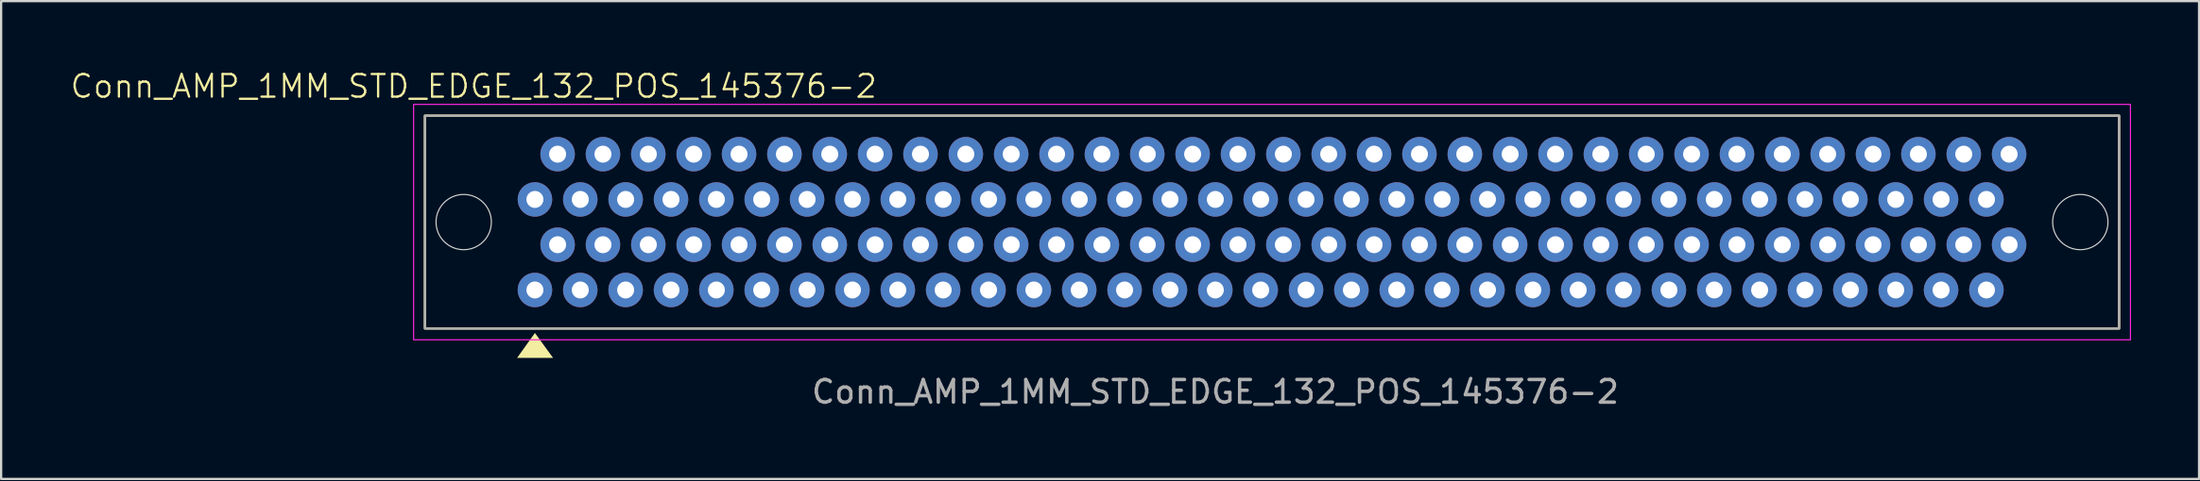
<source format=kicad_pcb>
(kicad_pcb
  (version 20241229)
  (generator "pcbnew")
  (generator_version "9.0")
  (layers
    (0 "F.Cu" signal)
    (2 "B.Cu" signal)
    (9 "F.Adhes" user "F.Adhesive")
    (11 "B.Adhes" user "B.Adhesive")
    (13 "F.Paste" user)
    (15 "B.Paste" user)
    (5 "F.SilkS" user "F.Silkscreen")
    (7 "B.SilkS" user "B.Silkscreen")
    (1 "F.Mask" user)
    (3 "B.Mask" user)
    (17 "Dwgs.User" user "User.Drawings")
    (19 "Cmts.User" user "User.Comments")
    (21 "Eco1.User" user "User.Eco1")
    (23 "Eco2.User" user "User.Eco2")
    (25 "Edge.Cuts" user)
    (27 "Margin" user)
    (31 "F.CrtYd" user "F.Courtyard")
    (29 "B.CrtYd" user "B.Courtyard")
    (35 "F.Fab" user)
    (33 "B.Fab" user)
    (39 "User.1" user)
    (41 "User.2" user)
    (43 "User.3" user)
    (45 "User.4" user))
  (footprint "Conn_AMP_1MM_STD_EDGE_132_POS_145376-2"
    (layer "F.Cu")
    (at 20.536 6.761)
    (property "Reference" "Conn_AMP_1MM_STD_EDGE_132_POS_145376-2" (at -2.7 -6 0) (unlocked yes) (layer "F.SilkS") (effects (font (size 1 1) (thickness 0.1))))
    (attr through_hole)
    (fp_rect (start -4.85 -4.7) (end 69.85 4.7) (stroke (width 0.1) (type default)) (fill no) (layer "F.SilkS"))
    (fp_poly (pts (xy -0.786 6) (xy 0 4.9) (xy 0.8 6)) (stroke (width 0) (type solid)) (fill yes) (layer "F.SilkS"))
    (fp_circle (center -3.14 0) (end -1.92 0) (stroke (width 0.05) (type default)) (fill no) (layer "Edge.Cuts"))
    (fp_circle (center 68.14 0) (end 69.36 0) (stroke (width 0.05) (type default)) (fill no) (layer "Edge.Cuts"))
    (fp_rect (start -5.35 -5.2) (end 70.35 5.2) (stroke (width 0.05) (type solid)) (fill no) (layer "F.CrtYd"))
    (fp_rect (start -4.85 -4.7) (end 69.85 4.7) (stroke (width 0.1) (type solid)) (fill no) (layer "F.Fab"))
    (fp_text user "${REFERENCE}" (at 30 7.5 0) (unlocked yes) (layer "F.Fab") (effects (font (size 1 1) (thickness 0.15))))
    (pad "A1" thru_hole circle (at 0 -1) (size 1.52 1.52) (drill 0.75) (layers "*.Cu" "*.Mask"))
    (pad "A2" thru_hole circle (at 1 -3) (size 1.52 1.52) (drill 0.75) (layers "*.Cu" "*.Mask"))
    (pad "A3" thru_hole circle (at 2 -1) (size 1.52 1.52) (drill 0.75) (layers "*.Cu" "*.Mask"))
    (pad "A4" thru_hole circle (at 3 -3) (size 1.52 1.52) (drill 0.75) (layers "*.Cu" "*.Mask"))
    (pad "A5" thru_hole circle (at 4 -1) (size 1.52 1.52) (drill 0.75) (layers "*.Cu" "*.Mask"))
    (pad "A6" thru_hole circle (at 5 -3) (size 1.52 1.52) (drill 0.75) (layers "*.Cu" "*.Mask"))
    (pad "A7" thru_hole circle (at 6 -1) (size 1.52 1.52) (drill 0.75) (layers "*.Cu" "*.Mask"))
    (pad "A8" thru_hole circle (at 7 -3) (size 1.52 1.52) (drill 0.75) (layers "*.Cu" "*.Mask"))
    (pad "A9" thru_hole circle (at 8 -1) (size 1.52 1.52) (drill 0.75) (layers "*.Cu" "*.Mask"))
    (pad "A10" thru_hole circle (at 9 -3) (size 1.52 1.52) (drill 0.75) (layers "*.Cu" "*.Mask"))
    (pad "A11" thru_hole circle (at 10 -1) (size 1.52 1.52) (drill 0.75) (layers "*.Cu" "*.Mask"))
    (pad "A12" thru_hole circle (at 11 -3) (size 1.52 1.52) (drill 0.75) (layers "*.Cu" "*.Mask"))
    (pad "A13" thru_hole circle (at 12 -1) (size 1.52 1.52) (drill 0.75) (layers "*.Cu" "*.Mask"))
    (pad "A14" thru_hole circle (at 13 -3) (size 1.52 1.52) (drill 0.75) (layers "*.Cu" "*.Mask"))
    (pad "A15" thru_hole circle (at 14 -1) (size 1.52 1.52) (drill 0.75) (layers "*.Cu" "*.Mask"))
    (pad "A16" thru_hole circle (at 15 -3) (size 1.52 1.52) (drill 0.75) (layers "*.Cu" "*.Mask"))
    (pad "A17" thru_hole circle (at 16 -1) (size 1.52 1.52) (drill 0.75) (layers "*.Cu" "*.Mask"))
    (pad "A18" thru_hole circle (at 17 -3) (size 1.52 1.52) (drill 0.75) (layers "*.Cu" "*.Mask"))
    (pad "A19" thru_hole circle (at 18 -1) (size 1.52 1.52) (drill 0.75) (layers "*.Cu" "*.Mask"))
    (pad "A20" thru_hole circle (at 19 -3) (size 1.52 1.52) (drill 0.75) (layers "*.Cu" "*.Mask"))
    (pad "A21" thru_hole circle (at 20 -1) (size 1.52 1.52) (drill 0.75) (layers "*.Cu" "*.Mask"))
    (pad "A22" thru_hole circle (at 21 -3) (size 1.52 1.52) (drill 0.75) (layers "*.Cu" "*.Mask"))
    (pad "A23" thru_hole circle (at 22 -1) (size 1.52 1.52) (drill 0.75) (layers "*.Cu" "*.Mask"))
    (pad "A24" thru_hole circle (at 23 -3) (size 1.52 1.52) (drill 0.75) (layers "*.Cu" "*.Mask"))
    (pad "A25" thru_hole circle (at 24 -1) (size 1.52 1.52) (drill 0.75) (layers "*.Cu" "*.Mask"))
    (pad "A26" thru_hole circle (at 25 -3) (size 1.52 1.52) (drill 0.75) (layers "*.Cu" "*.Mask"))
    (pad "A27" thru_hole circle (at 26 -1) (size 1.52 1.52) (drill 0.75) (layers "*.Cu" "*.Mask"))
    (pad "A28" thru_hole circle (at 27 -3) (size 1.52 1.52) (drill 0.75) (layers "*.Cu" "*.Mask"))
    (pad "A29" thru_hole circle (at 28 -1) (size 1.52 1.52) (drill 0.75) (layers "*.Cu" "*.Mask"))
    (pad "A30" thru_hole circle (at 29 -3) (size 1.52 1.52) (drill 0.75) (layers "*.Cu" "*.Mask"))
    (pad "A31" thru_hole circle (at 30 -1) (size 1.52 1.52) (drill 0.75) (layers "*.Cu" "*.Mask"))
    (pad "A32" thru_hole circle (at 31 -3) (size 1.52 1.52) (drill 0.75) (layers "*.Cu" "*.Mask"))
    (pad "A33" thru_hole circle (at 32 -1) (size 1.52 1.52) (drill 0.75) (layers "*.Cu" "*.Mask"))
    (pad "A34" thru_hole circle (at 33 -3) (size 1.52 1.52) (drill 0.75) (layers "*.Cu" "*.Mask"))
    (pad "A35" thru_hole circle (at 34 -1) (size 1.52 1.52) (drill 0.75) (layers "*.Cu" "*.Mask"))
    (pad "A36" thru_hole circle (at 35 -3) (size 1.52 1.52) (drill 0.75) (layers "*.Cu" "*.Mask"))
    (pad "A37" thru_hole circle (at 36 -1) (size 1.52 1.52) (drill 0.75) (layers "*.Cu" "*.Mask"))
    (pad "A38" thru_hole circle (at 37 -3) (size 1.52 1.52) (drill 0.75) (layers "*.Cu" "*.Mask"))
    (pad "A39" thru_hole circle (at 38 -1) (size 1.52 1.52) (drill 0.75) (layers "*.Cu" "*.Mask"))
    (pad "A40" thru_hole circle (at 39 -3) (size 1.52 1.52) (drill 0.75) (layers "*.Cu" "*.Mask"))
    (pad "A41" thru_hole circle (at 40 -1) (size 1.52 1.52) (drill 0.75) (layers "*.Cu" "*.Mask"))
    (pad "A42" thru_hole circle (at 41 -3) (size 1.52 1.52) (drill 0.75) (layers "*.Cu" "*.Mask"))
    (pad "A43" thru_hole circle (at 42 -1) (size 1.52 1.52) (drill 0.75) (layers "*.Cu" "*.Mask"))
    (pad "A44" thru_hole circle (at 43 -3) (size 1.52 1.52) (drill 0.75) (layers "*.Cu" "*.Mask"))
    (pad "A45" thru_hole circle (at 44 -1) (size 1.52 1.52) (drill 0.75) (layers "*.Cu" "*.Mask"))
    (pad "A46" thru_hole circle (at 45 -3) (size 1.52 1.52) (drill 0.75) (layers "*.Cu" "*.Mask"))
    (pad "A47" thru_hole circle (at 46 -1) (size 1.52 1.52) (drill 0.75) (layers "*.Cu" "*.Mask"))
    (pad "A48" thru_hole circle (at 47 -3) (size 1.52 1.52) (drill 0.75) (layers "*.Cu" "*.Mask"))
    (pad "A49" thru_hole circle (at 48 -1) (size 1.52 1.52) (drill 0.75) (layers "*.Cu" "*.Mask"))
    (pad "A50" thru_hole circle (at 49 -3) (size 1.52 1.52) (drill 0.75) (layers "*.Cu" "*.Mask"))
    (pad "A51" thru_hole circle (at 50 -1) (size 1.52 1.52) (drill 0.75) (layers "*.Cu" "*.Mask"))
    (pad "A52" thru_hole circle (at 51 -3) (size 1.52 1.52) (drill 0.75) (layers "*.Cu" "*.Mask"))
    (pad "A53" thru_hole circle (at 52 -1) (size 1.52 1.52) (drill 0.75) (layers "*.Cu" "*.Mask"))
    (pad "A54" thru_hole circle (at 53 -3) (size 1.52 1.52) (drill 0.75) (layers "*.Cu" "*.Mask"))
    (pad "A55" thru_hole circle (at 54 -1) (size 1.52 1.52) (drill 0.75) (layers "*.Cu" "*.Mask"))
    (pad "A56" thru_hole circle (at 55 -3) (size 1.52 1.52) (drill 0.75) (layers "*.Cu" "*.Mask"))
    (pad "A57" thru_hole circle (at 56 -1) (size 1.52 1.52) (drill 0.75) (layers "*.Cu" "*.Mask"))
    (pad "A58" thru_hole circle (at 57 -3) (size 1.52 1.52) (drill 0.75) (layers "*.Cu" "*.Mask"))
    (pad "A59" thru_hole circle (at 58 -1) (size 1.52 1.52) (drill 0.75) (layers "*.Cu" "*.Mask"))
    (pad "A60" thru_hole circle (at 59 -3) (size 1.52 1.52) (drill 0.75) (layers "*.Cu" "*.Mask"))
    (pad "A61" thru_hole circle (at 60 -1) (size 1.52 1.52) (drill 0.75) (layers "*.Cu" "*.Mask"))
    (pad "A62" thru_hole circle (at 61 -3) (size 1.52 1.52) (drill 0.75) (layers "*.Cu" "*.Mask"))
    (pad "A63" thru_hole circle (at 62 -1) (size 1.52 1.52) (drill 0.75) (layers "*.Cu" "*.Mask"))
    (pad "A64" thru_hole circle (at 63 -3) (size 1.52 1.52) (drill 0.75) (layers "*.Cu" "*.Mask"))
    (pad "A65" thru_hole circle (at 64 -1) (size 1.52 1.52) (drill 0.75) (layers "*.Cu" "*.Mask"))
    (pad "A66" thru_hole circle (at 65 -3) (size 1.52 1.52) (drill 0.75) (layers "*.Cu" "*.Mask"))
    (pad "B1" thru_hole circle (at 0 3) (size 1.52 1.52) (drill 0.75) (layers "*.Cu" "*.Mask"))
    (pad "B2" thru_hole circle (at 1 1) (size 1.52 1.52) (drill 0.75) (layers "*.Cu" "*.Mask"))
    (pad "B3" thru_hole circle (at 2 3) (size 1.52 1.52) (drill 0.75) (layers "*.Cu" "*.Mask"))
    (pad "B4" thru_hole circle (at 3 1) (size 1.52 1.52) (drill 0.75) (layers "*.Cu" "*.Mask"))
    (pad "B5" thru_hole circle (at 4 3) (size 1.52 1.52) (drill 0.75) (layers "*.Cu" "*.Mask"))
    (pad "B6" thru_hole circle (at 5 1) (size 1.52 1.52) (drill 0.75) (layers "*.Cu" "*.Mask"))
    (pad "B7" thru_hole circle (at 6 3) (size 1.52 1.52) (drill 0.75) (layers "*.Cu" "*.Mask"))
    (pad "B8" thru_hole circle (at 7 1) (size 1.52 1.52) (drill 0.75) (layers "*.Cu" "*.Mask"))
    (pad "B9" thru_hole circle (at 8 3) (size 1.52 1.52) (drill 0.75) (layers "*.Cu" "*.Mask"))
    (pad "B10" thru_hole circle (at 9 1) (size 1.52 1.52) (drill 0.75) (layers "*.Cu" "*.Mask"))
    (pad "B11" thru_hole circle (at 10 3) (size 1.52 1.52) (drill 0.75) (layers "*.Cu" "*.Mask"))
    (pad "B12" thru_hole circle (at 11 1) (size 1.52 1.52) (drill 0.75) (layers "*.Cu" "*.Mask"))
    (pad "B13" thru_hole circle (at 12 3) (size 1.52 1.52) (drill 0.75) (layers "*.Cu" "*.Mask"))
    (pad "B14" thru_hole circle (at 13 1) (size 1.52 1.52) (drill 0.75) (layers "*.Cu" "*.Mask"))
    (pad "B15" thru_hole circle (at 14 3) (size 1.52 1.52) (drill 0.75) (layers "*.Cu" "*.Mask"))
    (pad "B16" thru_hole circle (at 15 1) (size 1.52 1.52) (drill 0.75) (layers "*.Cu" "*.Mask"))
    (pad "B17" thru_hole circle (at 16 3) (size 1.52 1.52) (drill 0.75) (layers "*.Cu" "*.Mask"))
    (pad "B18" thru_hole circle (at 17 1) (size 1.52 1.52) (drill 0.75) (layers "*.Cu" "*.Mask"))
    (pad "B19" thru_hole circle (at 18 3) (size 1.52 1.52) (drill 0.75) (layers "*.Cu" "*.Mask"))
    (pad "B20" thru_hole circle (at 19 1) (size 1.52 1.52) (drill 0.75) (layers "*.Cu" "*.Mask"))
    (pad "B21" thru_hole circle (at 20 3) (size 1.52 1.52) (drill 0.75) (layers "*.Cu" "*.Mask"))
    (pad "B22" thru_hole circle (at 21 1) (size 1.52 1.52) (drill 0.75) (layers "*.Cu" "*.Mask"))
    (pad "B23" thru_hole circle (at 22 3) (size 1.52 1.52) (drill 0.75) (layers "*.Cu" "*.Mask"))
    (pad "B24" thru_hole circle (at 23 1) (size 1.52 1.52) (drill 0.75) (layers "*.Cu" "*.Mask"))
    (pad "B25" thru_hole circle (at 24 3) (size 1.52 1.52) (drill 0.75) (layers "*.Cu" "*.Mask"))
    (pad "B26" thru_hole circle (at 25 1) (size 1.52 1.52) (drill 0.75) (layers "*.Cu" "*.Mask"))
    (pad "B27" thru_hole circle (at 26 3) (size 1.52 1.52) (drill 0.75) (layers "*.Cu" "*.Mask"))
    (pad "B28" thru_hole circle (at 27 1) (size 1.52 1.52) (drill 0.75) (layers "*.Cu" "*.Mask"))
    (pad "B29" thru_hole circle (at 28 3) (size 1.52 1.52) (drill 0.75) (layers "*.Cu" "*.Mask"))
    (pad "B30" thru_hole circle (at 29 1) (size 1.52 1.52) (drill 0.75) (layers "*.Cu" "*.Mask"))
    (pad "B31" thru_hole circle (at 30 3) (size 1.52 1.52) (drill 0.75) (layers "*.Cu" "*.Mask"))
    (pad "B32" thru_hole circle (at 31 1) (size 1.52 1.52) (drill 0.75) (layers "*.Cu" "*.Mask"))
    (pad "B33" thru_hole circle (at 32 3) (size 1.52 1.52) (drill 0.75) (layers "*.Cu" "*.Mask"))
    (pad "B34" thru_hole circle (at 33 1) (size 1.52 1.52) (drill 0.75) (layers "*.Cu" "*.Mask"))
    (pad "B35" thru_hole circle (at 34 3) (size 1.52 1.52) (drill 0.75) (layers "*.Cu" "*.Mask"))
    (pad "B36" thru_hole circle (at 35 1) (size 1.52 1.52) (drill 0.75) (layers "*.Cu" "*.Mask"))
    (pad "B37" thru_hole circle (at 36 3) (size 1.52 1.52) (drill 0.75) (layers "*.Cu" "*.Mask"))
    (pad "B38" thru_hole circle (at 37 1) (size 1.52 1.52) (drill 0.75) (layers "*.Cu" "*.Mask"))
    (pad "B39" thru_hole circle (at 38 3) (size 1.52 1.52) (drill 0.75) (layers "*.Cu" "*.Mask"))
    (pad "B40" thru_hole circle (at 39 1) (size 1.52 1.52) (drill 0.75) (layers "*.Cu" "*.Mask"))
    (pad "B41" thru_hole circle (at 40 3) (size 1.52 1.52) (drill 0.75) (layers "*.Cu" "*.Mask"))
    (pad "B42" thru_hole circle (at 41 1) (size 1.52 1.52) (drill 0.75) (layers "*.Cu" "*.Mask"))
    (pad "B43" thru_hole circle (at 42 3) (size 1.52 1.52) (drill 0.75) (layers "*.Cu" "*.Mask"))
    (pad "B44" thru_hole circle (at 43 1) (size 1.52 1.52) (drill 0.75) (layers "*.Cu" "*.Mask"))
    (pad "B45" thru_hole circle (at 44 3) (size 1.52 1.52) (drill 0.75) (layers "*.Cu" "*.Mask"))
    (pad "B46" thru_hole circle (at 45 1) (size 1.52 1.52) (drill 0.75) (layers "*.Cu" "*.Mask"))
    (pad "B47" thru_hole circle (at 46 3) (size 1.52 1.52) (drill 0.75) (layers "*.Cu" "*.Mask"))
    (pad "B48" thru_hole circle (at 47 1) (size 1.52 1.52) (drill 0.75) (layers "*.Cu" "*.Mask"))
    (pad "B49" thru_hole circle (at 48 3) (size 1.52 1.52) (drill 0.75) (layers "*.Cu" "*.Mask"))
    (pad "B50" thru_hole circle (at 49 1) (size 1.52 1.52) (drill 0.75) (layers "*.Cu" "*.Mask"))
    (pad "B51" thru_hole circle (at 50 3) (size 1.52 1.52) (drill 0.75) (layers "*.Cu" "*.Mask"))
    (pad "B52" thru_hole circle (at 51 1) (size 1.52 1.52) (drill 0.75) (layers "*.Cu" "*.Mask"))
    (pad "B53" thru_hole circle (at 52 3) (size 1.52 1.52) (drill 0.75) (layers "*.Cu" "*.Mask"))
    (pad "B54" thru_hole circle (at 53 1) (size 1.52 1.52) (drill 0.75) (layers "*.Cu" "*.Mask"))
    (pad "B55" thru_hole circle (at 54 3) (size 1.52 1.52) (drill 0.75) (layers "*.Cu" "*.Mask"))
    (pad "B56" thru_hole circle (at 55 1) (size 1.52 1.52) (drill 0.75) (layers "*.Cu" "*.Mask"))
    (pad "B57" thru_hole circle (at 56 3) (size 1.52 1.52) (drill 0.75) (layers "*.Cu" "*.Mask"))
    (pad "B58" thru_hole circle (at 57 1) (size 1.52 1.52) (drill 0.75) (layers "*.Cu" "*.Mask"))
    (pad "B59" thru_hole circle (at 58 3) (size 1.52 1.52) (drill 0.75) (layers "*.Cu" "*.Mask"))
    (pad "B60" thru_hole circle (at 59 1) (size 1.52 1.52) (drill 0.75) (layers "*.Cu" "*.Mask"))
    (pad "B61" thru_hole circle (at 60 3) (size 1.52 1.52) (drill 0.75) (layers "*.Cu" "*.Mask"))
    (pad "B62" thru_hole circle (at 61 1) (size 1.52 1.52) (drill 0.75) (layers "*.Cu" "*.Mask"))
    (pad "B63" thru_hole circle (at 62 3) (size 1.52 1.52) (drill 0.75) (layers "*.Cu" "*.Mask"))
    (pad "B64" thru_hole circle (at 63 1) (size 1.52 1.52) (drill 0.75) (layers "*.Cu" "*.Mask"))
    (pad "B65" thru_hole circle (at 64 3) (size 1.52 1.52) (drill 0.75) (layers "*.Cu" "*.Mask"))
    (pad "B66" thru_hole circle (at 65 1) (size 1.52 1.52) (drill 0.75) (layers "*.Cu" "*.Mask")))
  (gr_rect
    (start -3 -3)
    (end 93.911 18.109)
    (stroke (width 0.1) (type default))
    (fill no)
    (layer "Edge.Cuts")))
</source>
